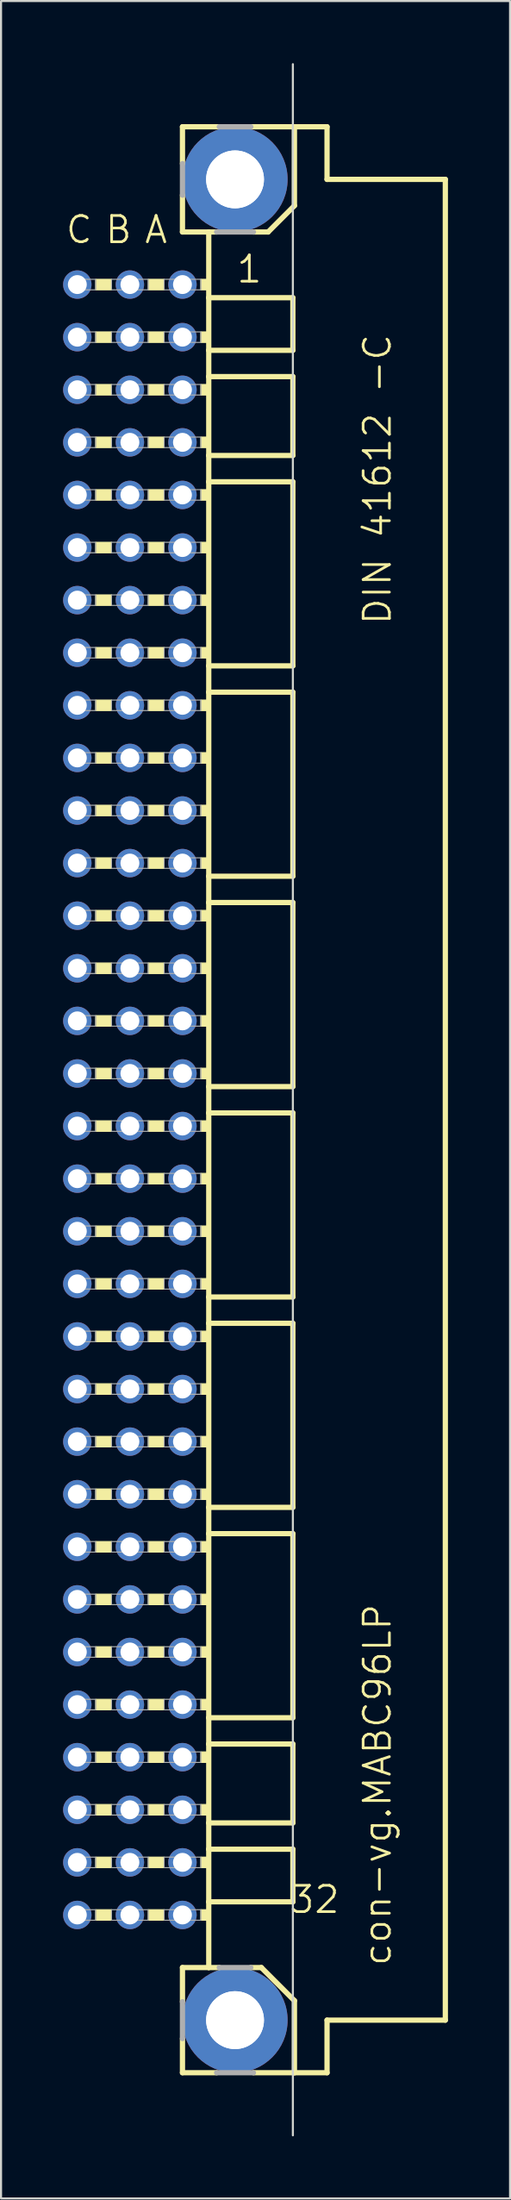
<source format=kicad_pcb>
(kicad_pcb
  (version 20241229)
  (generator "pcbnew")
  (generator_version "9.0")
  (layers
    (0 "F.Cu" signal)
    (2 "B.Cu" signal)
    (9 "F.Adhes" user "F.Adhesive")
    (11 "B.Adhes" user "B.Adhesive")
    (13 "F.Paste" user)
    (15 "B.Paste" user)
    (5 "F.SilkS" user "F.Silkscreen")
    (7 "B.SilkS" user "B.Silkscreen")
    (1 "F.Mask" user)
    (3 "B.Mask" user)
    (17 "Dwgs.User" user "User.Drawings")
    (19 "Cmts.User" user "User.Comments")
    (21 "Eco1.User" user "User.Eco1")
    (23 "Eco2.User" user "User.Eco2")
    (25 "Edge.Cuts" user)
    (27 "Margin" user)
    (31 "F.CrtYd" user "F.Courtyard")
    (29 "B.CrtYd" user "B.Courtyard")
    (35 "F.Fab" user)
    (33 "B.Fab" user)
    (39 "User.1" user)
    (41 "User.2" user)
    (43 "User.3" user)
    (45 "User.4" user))
  (footprint "con-vg.MABC96LP"
    (layer "F.Cu")
    (at 8.306 50.063)
    (property "Reference" "con-vg.MABC96LP" (at 7.62 41.91 90) (layer "F.SilkS") (effects (font (size 1.27 1.27) (thickness 0.13)) (justify left bottom)))
    (attr through_hole)
    (fp_line (start -2.54 -46.99) (end -2.54 -45.212) (stroke (width 0.254) (type default)) (layer "F.SilkS"))
    (fp_line (start -2.54 -43.688) (end -2.54 -41.91) (stroke (width 0.254) (type default)) (layer "F.SilkS"))
    (fp_line (start -2.54 -41.91) (end -1.27 -41.91) (stroke (width 0.254) (type default)) (layer "F.SilkS"))
    (fp_line (start -2.54 43.561) (end -2.54 41.91) (stroke (width 0.254) (type default)) (layer "F.SilkS"))
    (fp_line (start -2.54 46.99) (end -2.54 45.339) (stroke (width 0.254) (type default)) (layer "F.SilkS"))
    (fp_line (start -1.27 -41.91) (end -1.27 -38.735) (stroke (width 0.254) (type default)) (layer "F.SilkS"))
    (fp_line (start -1.27 -41.91) (end -0.889 -41.91) (stroke (width 0.254) (type default)) (layer "F.SilkS"))
    (fp_line (start -1.27 -38.735) (end -1.27 -36.195) (stroke (width 0.254) (type default)) (layer "F.SilkS"))
    (fp_line (start -1.27 -36.195) (end -1.27 -34.925) (stroke (width 0.254) (type default)) (layer "F.SilkS"))
    (fp_line (start -1.27 -34.925) (end -1.27 -31.115) (stroke (width 0.254) (type default)) (layer "F.SilkS"))
    (fp_line (start -1.27 -31.115) (end -1.27 -29.845) (stroke (width 0.254) (type default)) (layer "F.SilkS"))
    (fp_line (start -1.27 -29.845) (end -1.27 -20.955) (stroke (width 0.254) (type default)) (layer "F.SilkS"))
    (fp_line (start -1.27 -20.955) (end -1.27 -19.685) (stroke (width 0.254) (type default)) (layer "F.SilkS"))
    (fp_line (start -1.27 -19.685) (end -1.27 -10.795) (stroke (width 0.254) (type default)) (layer "F.SilkS"))
    (fp_line (start -1.27 -10.795) (end -1.27 -9.525) (stroke (width 0.254) (type default)) (layer "F.SilkS"))
    (fp_line (start -1.27 -9.525) (end -1.27 -0.635) (stroke (width 0.254) (type default)) (layer "F.SilkS"))
    (fp_line (start -1.27 -0.635) (end -1.27 0.635) (stroke (width 0.254) (type default)) (layer "F.SilkS"))
    (fp_line (start -1.27 0.635) (end -1.27 9.525) (stroke (width 0.254) (type default)) (layer "F.SilkS"))
    (fp_line (start -1.27 9.525) (end -1.27 10.795) (stroke (width 0.254) (type default)) (layer "F.SilkS"))
    (fp_line (start -1.27 10.795) (end -1.27 19.685) (stroke (width 0.254) (type default)) (layer "F.SilkS"))
    (fp_line (start -1.27 19.685) (end -1.27 20.955) (stroke (width 0.254) (type default)) (layer "F.SilkS"))
    (fp_line (start -1.27 20.955) (end -1.27 29.845) (stroke (width 0.254) (type default)) (layer "F.SilkS"))
    (fp_line (start -1.27 29.845) (end -1.27 31.115) (stroke (width 0.254) (type default)) (layer "F.SilkS"))
    (fp_line (start -1.27 31.115) (end -1.27 34.925) (stroke (width 0.254) (type default)) (layer "F.SilkS"))
    (fp_line (start -1.27 34.925) (end -1.27 36.195) (stroke (width 0.254) (type default)) (layer "F.SilkS"))
    (fp_line (start -1.27 36.195) (end -1.27 38.735) (stroke (width 0.254) (type default)) (layer "F.SilkS"))
    (fp_line (start -1.27 38.735) (end -1.27 41.91) (stroke (width 0.254) (type default)) (layer "F.SilkS"))
    (fp_line (start -1.27 41.91) (end -2.54 41.91) (stroke (width 0.254) (type default)) (layer "F.SilkS"))
    (fp_line (start -1.27 41.91) (end -0.762 41.91) (stroke (width 0.254) (type default)) (layer "F.SilkS"))
    (fp_line (start -0.889 46.99) (end -2.54 46.99) (stroke (width 0.254) (type default)) (layer "F.SilkS"))
    (fp_line (start -0.762 -46.99) (end -2.54 -46.99) (stroke (width 0.254) (type default)) (layer "F.SilkS"))
    (fp_line (start 0.762 41.91) (end 1.27 41.91) (stroke (width 0.254) (type default)) (layer "F.SilkS"))
    (fp_line (start 0.889 -41.91) (end 1.6 -41.91) (stroke (width 0.254) (type default)) (layer "F.SilkS"))
    (fp_line (start 1.6 -41.91) (end 2.87 -43.18) (stroke (width 0.254) (type default)) (layer "F.SilkS"))
    (fp_line (start 2.794 -38.735) (end -1.27 -38.735) (stroke (width 0.254) (type default)) (layer "F.SilkS"))
    (fp_line (start 2.794 -38.735) (end 2.794 -36.195) (stroke (width 0.254) (type default)) (layer "F.SilkS"))
    (fp_line (start 2.794 -36.195) (end -1.27 -36.195) (stroke (width 0.254) (type default)) (layer "F.SilkS"))
    (fp_line (start 2.794 -34.925) (end -1.27 -34.925) (stroke (width 0.254) (type default)) (layer "F.SilkS"))
    (fp_line (start 2.794 -34.925) (end 2.794 -31.115) (stroke (width 0.254) (type default)) (layer "F.SilkS"))
    (fp_line (start 2.794 -31.115) (end -1.27 -31.115) (stroke (width 0.254) (type default)) (layer "F.SilkS"))
    (fp_line (start 2.794 -29.845) (end -1.27 -29.845) (stroke (width 0.254) (type default)) (layer "F.SilkS"))
    (fp_line (start 2.794 -29.845) (end 2.794 -20.955) (stroke (width 0.254) (type default)) (layer "F.SilkS"))
    (fp_line (start 2.794 -20.955) (end -1.27 -20.955) (stroke (width 0.254) (type default)) (layer "F.SilkS"))
    (fp_line (start 2.794 -19.685) (end -1.27 -19.685) (stroke (width 0.254) (type default)) (layer "F.SilkS"))
    (fp_line (start 2.794 -19.685) (end 2.794 -10.795) (stroke (width 0.254) (type default)) (layer "F.SilkS"))
    (fp_line (start 2.794 -10.795) (end -1.27 -10.795) (stroke (width 0.254) (type default)) (layer "F.SilkS"))
    (fp_line (start 2.794 -9.525) (end -1.27 -9.525) (stroke (width 0.254) (type default)) (layer "F.SilkS"))
    (fp_line (start 2.794 -9.525) (end 2.794 -0.635) (stroke (width 0.254) (type default)) (layer "F.SilkS"))
    (fp_line (start 2.794 -0.635) (end -1.27 -0.635) (stroke (width 0.254) (type default)) (layer "F.SilkS"))
    (fp_line (start 2.794 0.635) (end -1.27 0.635) (stroke (width 0.254) (type default)) (layer "F.SilkS"))
    (fp_line (start 2.794 0.635) (end 2.794 9.525) (stroke (width 0.254) (type default)) (layer "F.SilkS"))
    (fp_line (start 2.794 9.525) (end -1.27 9.525) (stroke (width 0.254) (type default)) (layer "F.SilkS"))
    (fp_line (start 2.794 10.795) (end -1.27 10.795) (stroke (width 0.254) (type default)) (layer "F.SilkS"))
    (fp_line (start 2.794 10.795) (end 2.794 19.685) (stroke (width 0.254) (type default)) (layer "F.SilkS"))
    (fp_line (start 2.794 19.685) (end -1.27 19.685) (stroke (width 0.254) (type default)) (layer "F.SilkS"))
    (fp_line (start 2.794 20.955) (end -1.27 20.955) (stroke (width 0.254) (type default)) (layer "F.SilkS"))
    (fp_line (start 2.794 20.955) (end 2.794 29.845) (stroke (width 0.254) (type default)) (layer "F.SilkS"))
    (fp_line (start 2.794 29.845) (end -1.27 29.845) (stroke (width 0.254) (type default)) (layer "F.SilkS"))
    (fp_line (start 2.794 31.115) (end -1.27 31.115) (stroke (width 0.254) (type default)) (layer "F.SilkS"))
    (fp_line (start 2.794 31.115) (end 2.794 34.925) (stroke (width 0.254) (type default)) (layer "F.SilkS"))
    (fp_line (start 2.794 34.925) (end -1.27 34.925) (stroke (width 0.254) (type default)) (layer "F.SilkS"))
    (fp_line (start 2.794 36.195) (end -1.27 36.195) (stroke (width 0.254) (type default)) (layer "F.SilkS"))
    (fp_line (start 2.794 36.195) (end 2.794 38.735) (stroke (width 0.254) (type default)) (layer "F.SilkS"))
    (fp_line (start 2.794 38.735) (end -1.27 38.735) (stroke (width 0.254) (type default)) (layer "F.SilkS"))
    (fp_line (start 2.87 -46.99) (end 0.762 -46.99) (stroke (width 0.254) (type default)) (layer "F.SilkS"))
    (fp_line (start 2.87 -43.18) (end 2.87 -46.99) (stroke (width 0.254) (type default)) (layer "F.SilkS"))
    (fp_line (start 2.87 43.51) (end 1.27 41.91) (stroke (width 0.254) (type default)) (layer "F.SilkS"))
    (fp_line (start 2.87 43.51) (end 2.87 46.99) (stroke (width 0.254) (type default)) (layer "F.SilkS"))
    (fp_line (start 2.87 46.99) (end 0.889 46.99) (stroke (width 0.254) (type default)) (layer "F.SilkS"))
    (fp_line (start 2.87 46.99) (end 4.445 46.99) (stroke (width 0.254) (type default)) (layer "F.SilkS"))
    (fp_line (start 4.445 -46.99) (end 2.87 -46.99) (stroke (width 0.254) (type default)) (layer "F.SilkS"))
    (fp_line (start 4.445 -44.45) (end 4.445 -46.99) (stroke (width 0.254) (type default)) (layer "F.SilkS"))
    (fp_line (start 4.445 44.45) (end 10.16 44.45) (stroke (width 0.254) (type default)) (layer "F.SilkS"))
    (fp_line (start 4.445 46.99) (end 4.445 44.45) (stroke (width 0.254) (type default)) (layer "F.SilkS"))
    (fp_line (start 10.16 -44.45) (end 4.445 -44.45) (stroke (width 0.254) (type default)) (layer "F.SilkS"))
    (fp_line (start 10.16 44.45) (end 10.16 -44.45) (stroke (width 0.254) (type default)) (layer "F.SilkS"))
    (fp_rect (start -6.731 -39.116) (end -5.969 -39.624) (stroke (width 0.05) (type default)) (fill yes) (layer "F.SilkS"))
    (fp_rect (start -6.731 -36.576) (end -5.969 -37.084) (stroke (width 0.05) (type default)) (fill yes) (layer "F.SilkS"))
    (fp_rect (start -6.731 -34.036) (end -5.969 -34.544) (stroke (width 0.05) (type default)) (fill yes) (layer "F.SilkS"))
    (fp_rect (start -6.731 -31.496) (end -5.969 -32.004) (stroke (width 0.05) (type default)) (fill yes) (layer "F.SilkS"))
    (fp_rect (start -6.731 -28.956) (end -5.969 -29.464) (stroke (width 0.05) (type default)) (fill yes) (layer "F.SilkS"))
    (fp_rect (start -6.731 -26.416) (end -5.969 -26.924) (stroke (width 0.05) (type default)) (fill yes) (layer "F.SilkS"))
    (fp_rect (start -6.731 -23.876) (end -5.969 -24.384) (stroke (width 0.05) (type default)) (fill yes) (layer "F.SilkS"))
    (fp_rect (start -6.731 -21.336) (end -5.969 -21.844) (stroke (width 0.05) (type default)) (fill yes) (layer "F.SilkS"))
    (fp_rect (start -6.731 -18.796) (end -5.969 -19.304) (stroke (width 0.05) (type default)) (fill yes) (layer "F.SilkS"))
    (fp_rect (start -6.731 -16.256) (end -5.969 -16.764) (stroke (width 0.05) (type default)) (fill yes) (layer "F.SilkS"))
    (fp_rect (start -6.731 -13.716) (end -5.969 -14.224) (stroke (width 0.05) (type default)) (fill yes) (layer "F.SilkS"))
    (fp_rect (start -6.731 -11.176) (end -5.969 -11.684) (stroke (width 0.05) (type default)) (fill yes) (layer "F.SilkS"))
    (fp_rect (start -6.731 -8.636) (end -5.969 -9.144) (stroke (width 0.05) (type default)) (fill yes) (layer "F.SilkS"))
    (fp_rect (start -6.731 -6.096) (end -5.969 -6.604) (stroke (width 0.05) (type default)) (fill yes) (layer "F.SilkS"))
    (fp_rect (start -6.731 -3.556) (end -5.969 -4.064) (stroke (width 0.05) (type default)) (fill yes) (layer "F.SilkS"))
    (fp_rect (start -6.731 -1.016) (end -5.969 -1.524) (stroke (width 0.05) (type default)) (fill yes) (layer "F.SilkS"))
    (fp_rect (start -6.731 1.524) (end -5.969 1.016) (stroke (width 0.05) (type default)) (fill yes) (layer "F.SilkS"))
    (fp_rect (start -6.731 4.064) (end -5.969 3.556) (stroke (width 0.05) (type default)) (fill yes) (layer "F.SilkS"))
    (fp_rect (start -6.731 6.604) (end -5.969 6.096) (stroke (width 0.05) (type default)) (fill yes) (layer "F.SilkS"))
    (fp_rect (start -6.731 9.144) (end -5.969 8.636) (stroke (width 0.05) (type default)) (fill yes) (layer "F.SilkS"))
    (fp_rect (start -6.731 11.684) (end -5.969 11.176) (stroke (width 0.05) (type default)) (fill yes) (layer "F.SilkS"))
    (fp_rect (start -6.731 14.224) (end -5.969 13.716) (stroke (width 0.05) (type default)) (fill yes) (layer "F.SilkS"))
    (fp_rect (start -6.731 16.764) (end -5.969 16.256) (stroke (width 0.05) (type default)) (fill yes) (layer "F.SilkS"))
    (fp_rect (start -6.731 19.304) (end -5.969 18.796) (stroke (width 0.05) (type default)) (fill yes) (layer "F.SilkS"))
    (fp_rect (start -6.731 21.844) (end -5.969 21.336) (stroke (width 0.05) (type default)) (fill yes) (layer "F.SilkS"))
    (fp_rect (start -6.731 24.384) (end -5.969 23.876) (stroke (width 0.05) (type default)) (fill yes) (layer "F.SilkS"))
    (fp_rect (start -6.731 26.924) (end -5.969 26.416) (stroke (width 0.05) (type default)) (fill yes) (layer "F.SilkS"))
    (fp_rect (start -6.731 29.464) (end -5.969 28.956) (stroke (width 0.05) (type default)) (fill yes) (layer "F.SilkS"))
    (fp_rect (start -6.731 32.004) (end -5.969 31.496) (stroke (width 0.05) (type default)) (fill yes) (layer "F.SilkS"))
    (fp_rect (start -6.731 34.544) (end -5.969 34.036) (stroke (width 0.05) (type default)) (fill yes) (layer "F.SilkS"))
    (fp_rect (start -6.731 37.084) (end -5.969 36.576) (stroke (width 0.05) (type default)) (fill yes) (layer "F.SilkS"))
    (fp_rect (start -6.731 39.624) (end -5.969 39.116) (stroke (width 0.05) (type default)) (fill yes) (layer "F.SilkS"))
    (fp_rect (start -4.191 -39.116) (end -3.429 -39.624) (stroke (width 0.05) (type default)) (fill yes) (layer "F.SilkS"))
    (fp_rect (start -4.191 -36.576) (end -3.429 -37.084) (stroke (width 0.05) (type default)) (fill yes) (layer "F.SilkS"))
    (fp_rect (start -4.191 -34.036) (end -3.429 -34.544) (stroke (width 0.05) (type default)) (fill yes) (layer "F.SilkS"))
    (fp_rect (start -4.191 -31.496) (end -3.429 -32.004) (stroke (width 0.05) (type default)) (fill yes) (layer "F.SilkS"))
    (fp_rect (start -4.191 -28.956) (end -3.429 -29.464) (stroke (width 0.05) (type default)) (fill yes) (layer "F.SilkS"))
    (fp_rect (start -4.191 -26.416) (end -3.429 -26.924) (stroke (width 0.05) (type default)) (fill yes) (layer "F.SilkS"))
    (fp_rect (start -4.191 -23.876) (end -3.429 -24.384) (stroke (width 0.05) (type default)) (fill yes) (layer "F.SilkS"))
    (fp_rect (start -4.191 -21.336) (end -3.429 -21.844) (stroke (width 0.05) (type default)) (fill yes) (layer "F.SilkS"))
    (fp_rect (start -4.191 -18.796) (end -3.429 -19.304) (stroke (width 0.05) (type default)) (fill yes) (layer "F.SilkS"))
    (fp_rect (start -4.191 -16.256) (end -3.429 -16.764) (stroke (width 0.05) (type default)) (fill yes) (layer "F.SilkS"))
    (fp_rect (start -4.191 -13.716) (end -3.429 -14.224) (stroke (width 0.05) (type default)) (fill yes) (layer "F.SilkS"))
    (fp_rect (start -4.191 -11.176) (end -3.429 -11.684) (stroke (width 0.05) (type default)) (fill yes) (layer "F.SilkS"))
    (fp_rect (start -4.191 -8.636) (end -3.429 -9.144) (stroke (width 0.05) (type default)) (fill yes) (layer "F.SilkS"))
    (fp_rect (start -4.191 -6.096) (end -3.429 -6.604) (stroke (width 0.05) (type default)) (fill yes) (layer "F.SilkS"))
    (fp_rect (start -4.191 -3.556) (end -3.429 -4.064) (stroke (width 0.05) (type default)) (fill yes) (layer "F.SilkS"))
    (fp_rect (start -4.191 -1.016) (end -3.429 -1.524) (stroke (width 0.05) (type default)) (fill yes) (layer "F.SilkS"))
    (fp_rect (start -4.191 1.524) (end -3.429 1.016) (stroke (width 0.05) (type default)) (fill yes) (layer "F.SilkS"))
    (fp_rect (start -4.191 4.064) (end -3.429 3.556) (stroke (width 0.05) (type default)) (fill yes) (layer "F.SilkS"))
    (fp_rect (start -4.191 6.604) (end -3.429 6.096) (stroke (width 0.05) (type default)) (fill yes) (layer "F.SilkS"))
    (fp_rect (start -4.191 9.144) (end -3.429 8.636) (stroke (width 0.05) (type default)) (fill yes) (layer "F.SilkS"))
    (fp_rect (start -4.191 11.684) (end -3.429 11.176) (stroke (width 0.05) (type default)) (fill yes) (layer "F.SilkS"))
    (fp_rect (start -4.191 14.224) (end -3.429 13.716) (stroke (width 0.05) (type default)) (fill yes) (layer "F.SilkS"))
    (fp_rect (start -4.191 16.764) (end -3.429 16.256) (stroke (width 0.05) (type default)) (fill yes) (layer "F.SilkS"))
    (fp_rect (start -4.191 19.304) (end -3.429 18.796) (stroke (width 0.05) (type default)) (fill yes) (layer "F.SilkS"))
    (fp_rect (start -4.191 21.844) (end -3.429 21.336) (stroke (width 0.05) (type default)) (fill yes) (layer "F.SilkS"))
    (fp_rect (start -4.191 24.384) (end -3.429 23.876) (stroke (width 0.05) (type default)) (fill yes) (layer "F.SilkS"))
    (fp_rect (start -4.191 26.924) (end -3.429 26.416) (stroke (width 0.05) (type default)) (fill yes) (layer "F.SilkS"))
    (fp_rect (start -4.191 29.464) (end -3.429 28.956) (stroke (width 0.05) (type default)) (fill yes) (layer "F.SilkS"))
    (fp_rect (start -4.191 32.004) (end -3.429 31.496) (stroke (width 0.05) (type default)) (fill yes) (layer "F.SilkS"))
    (fp_rect (start -4.191 34.544) (end -3.429 34.036) (stroke (width 0.05) (type default)) (fill yes) (layer "F.SilkS"))
    (fp_rect (start -4.191 37.084) (end -3.429 36.576) (stroke (width 0.05) (type default)) (fill yes) (layer "F.SilkS"))
    (fp_rect (start -4.191 39.624) (end -3.429 39.116) (stroke (width 0.05) (type default)) (fill yes) (layer "F.SilkS"))
    (fp_rect (start -1.651 -39.116) (end -1.27 -39.624) (stroke (width 0.05) (type default)) (fill yes) (layer "F.SilkS"))
    (fp_rect (start -1.651 -36.576) (end -1.27 -37.084) (stroke (width 0.05) (type default)) (fill yes) (layer "F.SilkS"))
    (fp_rect (start -1.651 -34.036) (end -1.27 -34.544) (stroke (width 0.05) (type default)) (fill yes) (layer "F.SilkS"))
    (fp_rect (start -1.651 -31.496) (end -1.27 -32.004) (stroke (width 0.05) (type default)) (fill yes) (layer "F.SilkS"))
    (fp_rect (start -1.651 -28.956) (end -1.27 -29.464) (stroke (width 0.05) (type default)) (fill yes) (layer "F.SilkS"))
    (fp_rect (start -1.651 -26.416) (end -1.27 -26.924) (stroke (width 0.05) (type default)) (fill yes) (layer "F.SilkS"))
    (fp_rect (start -1.651 -23.876) (end -1.27 -24.384) (stroke (width 0.05) (type default)) (fill yes) (layer "F.SilkS"))
    (fp_rect (start -1.651 -21.336) (end -1.27 -21.844) (stroke (width 0.05) (type default)) (fill yes) (layer "F.SilkS"))
    (fp_rect (start -1.651 -18.796) (end -1.27 -19.304) (stroke (width 0.05) (type default)) (fill yes) (layer "F.SilkS"))
    (fp_rect (start -1.651 -16.256) (end -1.27 -16.764) (stroke (width 0.05) (type default)) (fill yes) (layer "F.SilkS"))
    (fp_rect (start -1.651 -13.716) (end -1.27 -14.224) (stroke (width 0.05) (type default)) (fill yes) (layer "F.SilkS"))
    (fp_rect (start -1.651 -11.176) (end -1.27 -11.684) (stroke (width 0.05) (type default)) (fill yes) (layer "F.SilkS"))
    (fp_rect (start -1.651 -8.636) (end -1.27 -9.144) (stroke (width 0.05) (type default)) (fill yes) (layer "F.SilkS"))
    (fp_rect (start -1.651 -6.096) (end -1.27 -6.604) (stroke (width 0.05) (type default)) (fill yes) (layer "F.SilkS"))
    (fp_rect (start -1.651 -3.556) (end -1.27 -4.064) (stroke (width 0.05) (type default)) (fill yes) (layer "F.SilkS"))
    (fp_rect (start -1.651 -1.016) (end -1.27 -1.524) (stroke (width 0.05) (type default)) (fill yes) (layer "F.SilkS"))
    (fp_rect (start -1.651 1.524) (end -1.27 1.016) (stroke (width 0.05) (type default)) (fill yes) (layer "F.SilkS"))
    (fp_rect (start -1.651 4.064) (end -1.27 3.556) (stroke (width 0.05) (type default)) (fill yes) (layer "F.SilkS"))
    (fp_rect (start -1.651 6.604) (end -1.27 6.096) (stroke (width 0.05) (type default)) (fill yes) (layer "F.SilkS"))
    (fp_rect (start -1.651 9.144) (end -1.27 8.636) (stroke (width 0.05) (type default)) (fill yes) (layer "F.SilkS"))
    (fp_rect (start -1.651 11.684) (end -1.27 11.176) (stroke (width 0.05) (type default)) (fill yes) (layer "F.SilkS"))
    (fp_rect (start -1.651 14.224) (end -1.27 13.716) (stroke (width 0.05) (type default)) (fill yes) (layer "F.SilkS"))
    (fp_rect (start -1.651 16.764) (end -1.27 16.256) (stroke (width 0.05) (type default)) (fill yes) (layer "F.SilkS"))
    (fp_rect (start -1.651 19.304) (end -1.27 18.796) (stroke (width 0.05) (type default)) (fill yes) (layer "F.SilkS"))
    (fp_rect (start -1.651 21.844) (end -1.27 21.336) (stroke (width 0.05) (type default)) (fill yes) (layer "F.SilkS"))
    (fp_rect (start -1.651 24.384) (end -1.27 23.876) (stroke (width 0.05) (type default)) (fill yes) (layer "F.SilkS"))
    (fp_rect (start -1.651 26.924) (end -1.27 26.416) (stroke (width 0.05) (type default)) (fill yes) (layer "F.SilkS"))
    (fp_rect (start -1.651 29.464) (end -1.27 28.956) (stroke (width 0.05) (type default)) (fill yes) (layer "F.SilkS"))
    (fp_rect (start -1.651 32.004) (end -1.27 31.496) (stroke (width 0.05) (type default)) (fill yes) (layer "F.SilkS"))
    (fp_rect (start -1.651 34.544) (end -1.27 34.036) (stroke (width 0.05) (type default)) (fill yes) (layer "F.SilkS"))
    (fp_rect (start -1.651 37.084) (end -1.27 36.576) (stroke (width 0.05) (type default)) (fill yes) (layer "F.SilkS"))
    (fp_rect (start -1.651 39.624) (end -1.27 39.116) (stroke (width 0.05) (type default)) (fill yes) (layer "F.SilkS"))
    (fp_line (start 2.794 50.013) (end 2.794 -50.013) (stroke (width 0.1) (type default)) (layer "Edge.Cuts"))
    (fp_line (start -2.54 -45.212) (end -2.54 -43.688) (stroke (width 0.254) (type default)) (layer "F.Fab"))
    (fp_line (start -2.54 45.339) (end -2.54 43.561) (stroke (width 0.254) (type default)) (layer "F.Fab"))
    (fp_line (start -0.889 -41.91) (end 0.889 -41.91) (stroke (width 0.254) (type default)) (layer "F.Fab"))
    (fp_line (start -0.762 41.91) (end 0.762 41.91) (stroke (width 0.254) (type default)) (layer "F.Fab"))
    (fp_line (start 0.762 -46.99) (end -0.762 -46.99) (stroke (width 0.254) (type default)) (layer "F.Fab"))
    (fp_line (start 0.889 46.99) (end -0.889 46.99) (stroke (width 0.254) (type default)) (layer "F.Fab"))
    (fp_rect (start -7.874 -39.116) (end -6.731 -39.624) (stroke (width 0.05) (type default)) (fill no) (layer "F.Fab"))
    (fp_rect (start -7.874 -36.576) (end -6.731 -37.084) (stroke (width 0.05) (type default)) (fill no) (layer "F.Fab"))
    (fp_rect (start -7.874 -34.036) (end -6.731 -34.544) (stroke (width 0.05) (type default)) (fill no) (layer "F.Fab"))
    (fp_rect (start -7.874 -31.496) (end -6.731 -32.004) (stroke (width 0.05) (type default)) (fill no) (layer "F.Fab"))
    (fp_rect (start -7.874 -28.956) (end -6.731 -29.464) (stroke (width 0.05) (type default)) (fill no) (layer "F.Fab"))
    (fp_rect (start -7.874 -26.416) (end -6.731 -26.924) (stroke (width 0.05) (type default)) (fill no) (layer "F.Fab"))
    (fp_rect (start -7.874 -23.876) (end -6.731 -24.384) (stroke (width 0.05) (type default)) (fill no) (layer "F.Fab"))
    (fp_rect (start -7.874 -21.336) (end -6.731 -21.844) (stroke (width 0.05) (type default)) (fill no) (layer "F.Fab"))
    (fp_rect (start -7.874 -18.796) (end -6.731 -19.304) (stroke (width 0.05) (type default)) (fill no) (layer "F.Fab"))
    (fp_rect (start -7.874 -16.256) (end -6.731 -16.764) (stroke (width 0.05) (type default)) (fill no) (layer "F.Fab"))
    (fp_rect (start -7.874 -13.716) (end -6.731 -14.224) (stroke (width 0.05) (type default)) (fill no) (layer "F.Fab"))
    (fp_rect (start -7.874 -11.176) (end -6.731 -11.684) (stroke (width 0.05) (type default)) (fill no) (layer "F.Fab"))
    (fp_rect (start -7.874 -8.636) (end -6.731 -9.144) (stroke (width 0.05) (type default)) (fill no) (layer "F.Fab"))
    (fp_rect (start -7.874 -6.096) (end -6.731 -6.604) (stroke (width 0.05) (type default)) (fill no) (layer "F.Fab"))
    (fp_rect (start -7.874 -3.556) (end -6.731 -4.064) (stroke (width 0.05) (type default)) (fill no) (layer "F.Fab"))
    (fp_rect (start -7.874 -1.016) (end -6.731 -1.524) (stroke (width 0.05) (type default)) (fill no) (layer "F.Fab"))
    (fp_rect (start -7.874 1.524) (end -6.731 1.016) (stroke (width 0.05) (type default)) (fill no) (layer "F.Fab"))
    (fp_rect (start -7.874 4.064) (end -6.731 3.556) (stroke (width 0.05) (type default)) (fill no) (layer "F.Fab"))
    (fp_rect (start -7.874 6.604) (end -6.731 6.096) (stroke (width 0.05) (type default)) (fill no) (layer "F.Fab"))
    (fp_rect (start -7.874 9.144) (end -6.731 8.636) (stroke (width 0.05) (type default)) (fill no) (layer "F.Fab"))
    (fp_rect (start -7.874 11.684) (end -6.731 11.176) (stroke (width 0.05) (type default)) (fill no) (layer "F.Fab"))
    (fp_rect (start -7.874 14.224) (end -6.731 13.716) (stroke (width 0.05) (type default)) (fill no) (layer "F.Fab"))
    (fp_rect (start -7.874 16.764) (end -6.731 16.256) (stroke (width 0.05) (type default)) (fill no) (layer "F.Fab"))
    (fp_rect (start -7.874 19.304) (end -6.731 18.796) (stroke (width 0.05) (type default)) (fill no) (layer "F.Fab"))
    (fp_rect (start -7.874 21.844) (end -6.731 21.336) (stroke (width 0.05) (type default)) (fill no) (layer "F.Fab"))
    (fp_rect (start -7.874 24.384) (end -6.731 23.876) (stroke (width 0.05) (type default)) (fill no) (layer "F.Fab"))
    (fp_rect (start -7.874 26.924) (end -6.731 26.416) (stroke (width 0.05) (type default)) (fill no) (layer "F.Fab"))
    (fp_rect (start -7.874 29.464) (end -6.731 28.956) (stroke (width 0.05) (type default)) (fill no) (layer "F.Fab"))
    (fp_rect (start -7.874 32.004) (end -6.731 31.496) (stroke (width 0.05) (type default)) (fill no) (layer "F.Fab"))
    (fp_rect (start -7.874 34.544) (end -6.731 34.036) (stroke (width 0.05) (type default)) (fill no) (layer "F.Fab"))
    (fp_rect (start -7.874 37.084) (end -6.731 36.576) (stroke (width 0.05) (type default)) (fill no) (layer "F.Fab"))
    (fp_rect (start -7.874 39.624) (end -6.731 39.116) (stroke (width 0.05) (type default)) (fill no) (layer "F.Fab"))
    (fp_rect (start -5.969 -39.116) (end -4.191 -39.624) (stroke (width 0.05) (type default)) (fill no) (layer "F.Fab"))
    (fp_rect (start -5.969 -36.576) (end -4.191 -37.084) (stroke (width 0.05) (type default)) (fill no) (layer "F.Fab"))
    (fp_rect (start -5.969 -34.036) (end -4.191 -34.544) (stroke (width 0.05) (type default)) (fill no) (layer "F.Fab"))
    (fp_rect (start -5.969 -31.496) (end -4.191 -32.004) (stroke (width 0.05) (type default)) (fill no) (layer "F.Fab"))
    (fp_rect (start -5.969 -28.956) (end -4.191 -29.464) (stroke (width 0.05) (type default)) (fill no) (layer "F.Fab"))
    (fp_rect (start -5.969 -26.416) (end -4.191 -26.924) (stroke (width 0.05) (type default)) (fill no) (layer "F.Fab"))
    (fp_rect (start -5.969 -23.876) (end -4.191 -24.384) (stroke (width 0.05) (type default)) (fill no) (layer "F.Fab"))
    (fp_rect (start -5.969 -21.336) (end -4.191 -21.844) (stroke (width 0.05) (type default)) (fill no) (layer "F.Fab"))
    (fp_rect (start -5.969 -18.796) (end -4.191 -19.304) (stroke (width 0.05) (type default)) (fill no) (layer "F.Fab"))
    (fp_rect (start -5.969 -16.256) (end -4.191 -16.764) (stroke (width 0.05) (type default)) (fill no) (layer "F.Fab"))
    (fp_rect (start -5.969 -13.716) (end -4.191 -14.224) (stroke (width 0.05) (type default)) (fill no) (layer "F.Fab"))
    (fp_rect (start -5.969 -11.176) (end -4.191 -11.684) (stroke (width 0.05) (type default)) (fill no) (layer "F.Fab"))
    (fp_rect (start -5.969 -8.636) (end -4.191 -9.144) (stroke (width 0.05) (type default)) (fill no) (layer "F.Fab"))
    (fp_rect (start -5.969 -6.096) (end -4.191 -6.604) (stroke (width 0.05) (type default)) (fill no) (layer "F.Fab"))
    (fp_rect (start -5.969 -3.556) (end -4.191 -4.064) (stroke (width 0.05) (type default)) (fill no) (layer "F.Fab"))
    (fp_rect (start -5.969 -1.016) (end -4.191 -1.524) (stroke (width 0.05) (type default)) (fill no) (layer "F.Fab"))
    (fp_rect (start -5.969 1.524) (end -4.191 1.016) (stroke (width 0.05) (type default)) (fill no) (layer "F.Fab"))
    (fp_rect (start -5.969 4.064) (end -4.191 3.556) (stroke (width 0.05) (type default)) (fill no) (layer "F.Fab"))
    (fp_rect (start -5.969 6.604) (end -4.191 6.096) (stroke (width 0.05) (type default)) (fill no) (layer "F.Fab"))
    (fp_rect (start -5.969 9.144) (end -4.191 8.636) (stroke (width 0.05) (type default)) (fill no) (layer "F.Fab"))
    (fp_rect (start -5.969 11.684) (end -4.191 11.176) (stroke (width 0.05) (type default)) (fill no) (layer "F.Fab"))
    (fp_rect (start -5.969 14.224) (end -4.191 13.716) (stroke (width 0.05) (type default)) (fill no) (layer "F.Fab"))
    (fp_rect (start -5.969 16.764) (end -4.191 16.256) (stroke (width 0.05) (type default)) (fill no) (layer "F.Fab"))
    (fp_rect (start -5.969 19.304) (end -4.191 18.796) (stroke (width 0.05) (type default)) (fill no) (layer "F.Fab"))
    (fp_rect (start -5.969 21.844) (end -4.191 21.336) (stroke (width 0.05) (type default)) (fill no) (layer "F.Fab"))
    (fp_rect (start -5.969 24.384) (end -4.191 23.876) (stroke (width 0.05) (type default)) (fill no) (layer "F.Fab"))
    (fp_rect (start -5.969 26.924) (end -4.191 26.416) (stroke (width 0.05) (type default)) (fill no) (layer "F.Fab"))
    (fp_rect (start -5.969 29.464) (end -4.191 28.956) (stroke (width 0.05) (type default)) (fill no) (layer "F.Fab"))
    (fp_rect (start -5.969 32.004) (end -4.191 31.496) (stroke (width 0.05) (type default)) (fill no) (layer "F.Fab"))
    (fp_rect (start -5.969 34.544) (end -4.191 34.036) (stroke (width 0.05) (type default)) (fill no) (layer "F.Fab"))
    (fp_rect (start -5.969 37.084) (end -4.191 36.576) (stroke (width 0.05) (type default)) (fill no) (layer "F.Fab"))
    (fp_rect (start -5.969 39.624) (end -4.191 39.116) (stroke (width 0.05) (type default)) (fill no) (layer "F.Fab"))
    (fp_rect (start -3.429 -39.116) (end -1.651 -39.624) (stroke (width 0.05) (type default)) (fill no) (layer "F.Fab"))
    (fp_rect (start -3.429 -36.576) (end -1.651 -37.084) (stroke (width 0.05) (type default)) (fill no) (layer "F.Fab"))
    (fp_rect (start -3.429 -34.036) (end -1.651 -34.544) (stroke (width 0.05) (type default)) (fill no) (layer "F.Fab"))
    (fp_rect (start -3.429 -31.496) (end -1.651 -32.004) (stroke (width 0.05) (type default)) (fill no) (layer "F.Fab"))
    (fp_rect (start -3.429 -28.956) (end -1.651 -29.464) (stroke (width 0.05) (type default)) (fill no) (layer "F.Fab"))
    (fp_rect (start -3.429 -26.416) (end -1.651 -26.924) (stroke (width 0.05) (type default)) (fill no) (layer "F.Fab"))
    (fp_rect (start -3.429 -23.876) (end -1.651 -24.384) (stroke (width 0.05) (type default)) (fill no) (layer "F.Fab"))
    (fp_rect (start -3.429 -21.336) (end -1.651 -21.844) (stroke (width 0.05) (type default)) (fill no) (layer "F.Fab"))
    (fp_rect (start -3.429 -18.796) (end -1.651 -19.304) (stroke (width 0.05) (type default)) (fill no) (layer "F.Fab"))
    (fp_rect (start -3.429 -16.256) (end -1.651 -16.764) (stroke (width 0.05) (type default)) (fill no) (layer "F.Fab"))
    (fp_rect (start -3.429 -13.716) (end -1.651 -14.224) (stroke (width 0.05) (type default)) (fill no) (layer "F.Fab"))
    (fp_rect (start -3.429 -11.176) (end -1.651 -11.684) (stroke (width 0.05) (type default)) (fill no) (layer "F.Fab"))
    (fp_rect (start -3.429 -8.636) (end -1.651 -9.144) (stroke (width 0.05) (type default)) (fill no) (layer "F.Fab"))
    (fp_rect (start -3.429 -6.096) (end -1.651 -6.604) (stroke (width 0.05) (type default)) (fill no) (layer "F.Fab"))
    (fp_rect (start -3.429 -3.556) (end -1.651 -4.064) (stroke (width 0.05) (type default)) (fill no) (layer "F.Fab"))
    (fp_rect (start -3.429 -1.016) (end -1.651 -1.524) (stroke (width 0.05) (type default)) (fill no) (layer "F.Fab"))
    (fp_rect (start -3.429 1.524) (end -1.651 1.016) (stroke (width 0.05) (type default)) (fill no) (layer "F.Fab"))
    (fp_rect (start -3.429 4.064) (end -1.651 3.556) (stroke (width 0.05) (type default)) (fill no) (layer "F.Fab"))
    (fp_rect (start -3.429 6.604) (end -1.651 6.096) (stroke (width 0.05) (type default)) (fill no) (layer "F.Fab"))
    (fp_rect (start -3.429 9.144) (end -1.651 8.636) (stroke (width 0.05) (type default)) (fill no) (layer "F.Fab"))
    (fp_rect (start -3.429 11.684) (end -1.651 11.176) (stroke (width 0.05) (type default)) (fill no) (layer "F.Fab"))
    (fp_rect (start -3.429 14.224) (end -1.651 13.716) (stroke (width 0.05) (type default)) (fill no) (layer "F.Fab"))
    (fp_rect (start -3.429 16.764) (end -1.651 16.256) (stroke (width 0.05) (type default)) (fill no) (layer "F.Fab"))
    (fp_rect (start -3.429 19.304) (end -1.651 18.796) (stroke (width 0.05) (type default)) (fill no) (layer "F.Fab"))
    (fp_rect (start -3.429 21.844) (end -1.651 21.336) (stroke (width 0.05) (type default)) (fill no) (layer "F.Fab"))
    (fp_rect (start -3.429 24.384) (end -1.651 23.876) (stroke (width 0.05) (type default)) (fill no) (layer "F.Fab"))
    (fp_rect (start -3.429 26.924) (end -1.651 26.416) (stroke (width 0.05) (type default)) (fill no) (layer "F.Fab"))
    (fp_rect (start -3.429 29.464) (end -1.651 28.956) (stroke (width 0.05) (type default)) (fill no) (layer "F.Fab"))
    (fp_rect (start -3.429 32.004) (end -1.651 31.496) (stroke (width 0.05) (type default)) (fill no) (layer "F.Fab"))
    (fp_rect (start -3.429 34.544) (end -1.651 34.036) (stroke (width 0.05) (type default)) (fill no) (layer "F.Fab"))
    (fp_rect (start -3.429 37.084) (end -1.651 36.576) (stroke (width 0.05) (type default)) (fill no) (layer "F.Fab"))
    (fp_rect (start -3.429 39.624) (end -1.651 39.116) (stroke (width 0.05) (type default)) (fill no) (layer "F.Fab"))
    (fp_circle (center 0 -44.45) (end 1.27 -44.45) (stroke (width 0.152) (type default)) (fill no) (layer "F.Fab"))
    (fp_circle (center 0 44.45) (end 1.27 44.45) (stroke (width 0.152) (type default)) (fill no) (layer "F.Fab"))
    (fp_text user "1" (at 0 -39.37 0) (layer "F.SilkS") (effects (font (size 1.27 1.27) (thickness 0.13)) (justify left bottom)))
    (fp_text user "B" (at -6.35 -41.275 0) (layer "F.SilkS") (effects (font (size 1.27 1.27) (thickness 0.13)) (justify left bottom)))
    (fp_text user "DIN 41612 -C" (at 7.62 -22.86 90) (layer "F.SilkS") (effects (font (size 1.27 1.27) (thickness 0.13)) (justify left bottom)))
    (fp_text user "A" (at -4.445 -41.275 0) (layer "F.SilkS") (effects (font (size 1.27 1.27) (thickness 0.13)) (justify left bottom)))
    (fp_text user "32" (at 2.54 39.37 180) (layer "F.SilkS") (effects (font (size 1.27 1.27) (thickness 0.13)) (justify left bottom)))
    (fp_text user "C" (at -8.255 -41.275 0) (layer "F.SilkS") (effects (font (size 1.27 1.27) (thickness 0.13)) (justify left bottom)))
    (pad "" np_thru_hole circle (at 0 -44.45) (size 2.794 2.794) (drill 2.794) (layers "*.Cu" "*.Mask"))
    (pad "" np_thru_hole circle (at 0 44.45) (size 2.794 2.794) (drill 2.794) (layers "*.Cu" "*.Mask"))
    (pad "A1" thru_hole circle (at -2.54 -39.37) (size 1.372 1.372) (drill 0.914) (layers "*.Cu" "*.Mask"))
    (pad "A2" thru_hole circle (at -2.54 -36.83) (size 1.372 1.372) (drill 0.914) (layers "*.Cu" "*.Mask"))
    (pad "A3" thru_hole circle (at -2.54 -34.29) (size 1.372 1.372) (drill 0.914) (layers "*.Cu" "*.Mask"))
    (pad "A4" thru_hole circle (at -2.54 -31.75) (size 1.372 1.372) (drill 0.914) (layers "*.Cu" "*.Mask"))
    (pad "A5" thru_hole circle (at -2.54 -29.21) (size 1.372 1.372) (drill 0.914) (layers "*.Cu" "*.Mask"))
    (pad "A6" thru_hole circle (at -2.54 -26.67) (size 1.372 1.372) (drill 0.914) (layers "*.Cu" "*.Mask"))
    (pad "A7" thru_hole circle (at -2.54 -24.13) (size 1.372 1.372) (drill 0.914) (layers "*.Cu" "*.Mask"))
    (pad "A8" thru_hole circle (at -2.54 -21.59) (size 1.372 1.372) (drill 0.914) (layers "*.Cu" "*.Mask"))
    (pad "A9" thru_hole circle (at -2.54 -19.05) (size 1.372 1.372) (drill 0.914) (layers "*.Cu" "*.Mask"))
    (pad "A10" thru_hole circle (at -2.54 -16.51) (size 1.372 1.372) (drill 0.914) (layers "*.Cu" "*.Mask"))
    (pad "A11" thru_hole circle (at -2.54 -13.97) (size 1.372 1.372) (drill 0.914) (layers "*.Cu" "*.Mask"))
    (pad "A12" thru_hole circle (at -2.54 -11.43) (size 1.372 1.372) (drill 0.914) (layers "*.Cu" "*.Mask"))
    (pad "A13" thru_hole circle (at -2.54 -8.89) (size 1.372 1.372) (drill 0.914) (layers "*.Cu" "*.Mask"))
    (pad "A14" thru_hole circle (at -2.54 -6.35) (size 1.372 1.372) (drill 0.914) (layers "*.Cu" "*.Mask"))
    (pad "A15" thru_hole circle (at -2.54 -3.81) (size 1.372 1.372) (drill 0.914) (layers "*.Cu" "*.Mask"))
    (pad "A16" thru_hole circle (at -2.54 -1.27) (size 1.372 1.372) (drill 0.914) (layers "*.Cu" "*.Mask"))
    (pad "A17" thru_hole circle (at -2.54 1.27) (size 1.372 1.372) (drill 0.914) (layers "*.Cu" "*.Mask"))
    (pad "A18" thru_hole circle (at -2.54 3.81) (size 1.372 1.372) (drill 0.914) (layers "*.Cu" "*.Mask"))
    (pad "A19" thru_hole circle (at -2.54 6.35) (size 1.372 1.372) (drill 0.914) (layers "*.Cu" "*.Mask"))
    (pad "A20" thru_hole circle (at -2.54 8.89) (size 1.372 1.372) (drill 0.914) (layers "*.Cu" "*.Mask"))
    (pad "A21" thru_hole circle (at -2.54 11.43) (size 1.372 1.372) (drill 0.914) (layers "*.Cu" "*.Mask"))
    (pad "A22" thru_hole circle (at -2.54 13.97) (size 1.372 1.372) (drill 0.914) (layers "*.Cu" "*.Mask"))
    (pad "A23" thru_hole circle (at -2.54 16.51) (size 1.372 1.372) (drill 0.914) (layers "*.Cu" "*.Mask"))
    (pad "A24" thru_hole circle (at -2.54 19.05) (size 1.372 1.372) (drill 0.914) (layers "*.Cu" "*.Mask"))
    (pad "A25" thru_hole circle (at -2.54 21.59) (size 1.372 1.372) (drill 0.914) (layers "*.Cu" "*.Mask"))
    (pad "A26" thru_hole circle (at -2.54 24.13) (size 1.372 1.372) (drill 0.914) (layers "*.Cu" "*.Mask"))
    (pad "A27" thru_hole circle (at -2.54 26.67) (size 1.372 1.372) (drill 0.914) (layers "*.Cu" "*.Mask"))
    (pad "A28" thru_hole circle (at -2.54 29.21) (size 1.372 1.372) (drill 0.914) (layers "*.Cu" "*.Mask"))
    (pad "A29" thru_hole circle (at -2.54 31.75) (size 1.372 1.372) (drill 0.914) (layers "*.Cu" "*.Mask"))
    (pad "A30" thru_hole circle (at -2.54 34.29) (size 1.372 1.372) (drill 0.914) (layers "*.Cu" "*.Mask"))
    (pad "A31" thru_hole circle (at -2.54 36.83) (size 1.372 1.372) (drill 0.914) (layers "*.Cu" "*.Mask"))
    (pad "A32" thru_hole circle (at -2.54 39.37) (size 1.372 1.372) (drill 0.914) (layers "*.Cu" "*.Mask"))
    (pad "B1" thru_hole circle (at -5.08 -39.37) (size 1.372 1.372) (drill 0.914) (layers "*.Cu" "*.Mask"))
    (pad "B2" thru_hole circle (at -5.08 -36.83) (size 1.372 1.372) (drill 0.914) (layers "*.Cu" "*.Mask"))
    (pad "B3" thru_hole circle (at -5.08 -34.29) (size 1.372 1.372) (drill 0.914) (layers "*.Cu" "*.Mask"))
    (pad "B4" thru_hole circle (at -5.08 -31.75) (size 1.372 1.372) (drill 0.914) (layers "*.Cu" "*.Mask"))
    (pad "B5" thru_hole circle (at -5.08 -29.21) (size 1.372 1.372) (drill 0.914) (layers "*.Cu" "*.Mask"))
    (pad "B6" thru_hole circle (at -5.08 -26.67) (size 1.372 1.372) (drill 0.914) (layers "*.Cu" "*.Mask"))
    (pad "B7" thru_hole circle (at -5.08 -24.13) (size 1.372 1.372) (drill 0.914) (layers "*.Cu" "*.Mask"))
    (pad "B8" thru_hole circle (at -5.08 -21.59) (size 1.372 1.372) (drill 0.914) (layers "*.Cu" "*.Mask"))
    (pad "B9" thru_hole circle (at -5.08 -19.05) (size 1.372 1.372) (drill 0.914) (layers "*.Cu" "*.Mask"))
    (pad "B10" thru_hole circle (at -5.08 -16.51) (size 1.372 1.372) (drill 0.914) (layers "*.Cu" "*.Mask"))
    (pad "B11" thru_hole circle (at -5.08 -13.97) (size 1.372 1.372) (drill 0.914) (layers "*.Cu" "*.Mask"))
    (pad "B12" thru_hole circle (at -5.08 -11.43) (size 1.372 1.372) (drill 0.914) (layers "*.Cu" "*.Mask"))
    (pad "B13" thru_hole circle (at -5.08 -8.89) (size 1.372 1.372) (drill 0.914) (layers "*.Cu" "*.Mask"))
    (pad "B14" thru_hole circle (at -5.08 -6.35) (size 1.372 1.372) (drill 0.914) (layers "*.Cu" "*.Mask"))
    (pad "B15" thru_hole circle (at -5.08 -3.81) (size 1.372 1.372) (drill 0.914) (layers "*.Cu" "*.Mask"))
    (pad "B16" thru_hole circle (at -5.08 -1.27) (size 1.372 1.372) (drill 0.914) (layers "*.Cu" "*.Mask"))
    (pad "B17" thru_hole circle (at -5.08 1.27) (size 1.372 1.372) (drill 0.914) (layers "*.Cu" "*.Mask"))
    (pad "B18" thru_hole circle (at -5.08 3.81) (size 1.372 1.372) (drill 0.914) (layers "*.Cu" "*.Mask"))
    (pad "B19" thru_hole circle (at -5.08 6.35) (size 1.372 1.372) (drill 0.914) (layers "*.Cu" "*.Mask"))
    (pad "B20" thru_hole circle (at -5.08 8.89) (size 1.372 1.372) (drill 0.914) (layers "*.Cu" "*.Mask"))
    (pad "B21" thru_hole circle (at -5.08 11.43) (size 1.372 1.372) (drill 0.914) (layers "*.Cu" "*.Mask"))
    (pad "B22" thru_hole circle (at -5.08 13.97) (size 1.372 1.372) (drill 0.914) (layers "*.Cu" "*.Mask"))
    (pad "B23" thru_hole circle (at -5.08 16.51) (size 1.372 1.372) (drill 0.914) (layers "*.Cu" "*.Mask"))
    (pad "B24" thru_hole circle (at -5.08 19.05) (size 1.372 1.372) (drill 0.914) (layers "*.Cu" "*.Mask"))
    (pad "B25" thru_hole circle (at -5.08 21.59) (size 1.372 1.372) (drill 0.914) (layers "*.Cu" "*.Mask"))
    (pad "B26" thru_hole circle (at -5.08 24.13) (size 1.372 1.372) (drill 0.914) (layers "*.Cu" "*.Mask"))
    (pad "B27" thru_hole circle (at -5.08 26.67) (size 1.372 1.372) (drill 0.914) (layers "*.Cu" "*.Mask"))
    (pad "B28" thru_hole circle (at -5.08 29.21) (size 1.372 1.372) (drill 0.914) (layers "*.Cu" "*.Mask"))
    (pad "B29" thru_hole circle (at -5.08 31.75) (size 1.372 1.372) (drill 0.914) (layers "*.Cu" "*.Mask"))
    (pad "B30" thru_hole circle (at -5.08 34.29) (size 1.372 1.372) (drill 0.914) (layers "*.Cu" "*.Mask"))
    (pad "B31" thru_hole circle (at -5.08 36.83) (size 1.372 1.372) (drill 0.914) (layers "*.Cu" "*.Mask"))
    (pad "B32" thru_hole circle (at -5.08 39.37) (size 1.372 1.372) (drill 0.914) (layers "*.Cu" "*.Mask"))
    (pad "C1" thru_hole circle (at -7.62 -39.37) (size 1.372 1.372) (drill 0.914) (layers "*.Cu" "*.Mask"))
    (pad "C2" thru_hole circle (at -7.62 -36.83) (size 1.372 1.372) (drill 0.914) (layers "*.Cu" "*.Mask"))
    (pad "C3" thru_hole circle (at -7.62 -34.29) (size 1.372 1.372) (drill 0.914) (layers "*.Cu" "*.Mask"))
    (pad "C4" thru_hole circle (at -7.62 -31.75) (size 1.372 1.372) (drill 0.914) (layers "*.Cu" "*.Mask"))
    (pad "C5" thru_hole circle (at -7.62 -29.21) (size 1.372 1.372) (drill 0.914) (layers "*.Cu" "*.Mask"))
    (pad "C6" thru_hole circle (at -7.62 -26.67) (size 1.372 1.372) (drill 0.914) (layers "*.Cu" "*.Mask"))
    (pad "C7" thru_hole circle (at -7.62 -24.13) (size 1.372 1.372) (drill 0.914) (layers "*.Cu" "*.Mask"))
    (pad "C8" thru_hole circle (at -7.62 -21.59) (size 1.372 1.372) (drill 0.914) (layers "*.Cu" "*.Mask"))
    (pad "C9" thru_hole circle (at -7.62 -19.05) (size 1.372 1.372) (drill 0.914) (layers "*.Cu" "*.Mask"))
    (pad "C10" thru_hole circle (at -7.62 -16.51) (size 1.372 1.372) (drill 0.914) (layers "*.Cu" "*.Mask"))
    (pad "C11" thru_hole circle (at -7.62 -13.97) (size 1.372 1.372) (drill 0.914) (layers "*.Cu" "*.Mask"))
    (pad "C12" thru_hole circle (at -7.62 -11.43) (size 1.372 1.372) (drill 0.914) (layers "*.Cu" "*.Mask"))
    (pad "C13" thru_hole circle (at -7.62 -8.89) (size 1.372 1.372) (drill 0.914) (layers "*.Cu" "*.Mask"))
    (pad "C14" thru_hole circle (at -7.62 -6.35) (size 1.372 1.372) (drill 0.914) (layers "*.Cu" "*.Mask"))
    (pad "C15" thru_hole circle (at -7.62 -3.81) (size 1.372 1.372) (drill 0.914) (layers "*.Cu" "*.Mask"))
    (pad "C16" thru_hole circle (at -7.62 -1.27) (size 1.372 1.372) (drill 0.914) (layers "*.Cu" "*.Mask"))
    (pad "C17" thru_hole circle (at -7.62 1.27) (size 1.372 1.372) (drill 0.914) (layers "*.Cu" "*.Mask"))
    (pad "C18" thru_hole circle (at -7.62 3.81) (size 1.372 1.372) (drill 0.914) (layers "*.Cu" "*.Mask"))
    (pad "C19" thru_hole circle (at -7.62 6.35) (size 1.372 1.372) (drill 0.914) (layers "*.Cu" "*.Mask"))
    (pad "C20" thru_hole circle (at -7.62 8.89) (size 1.372 1.372) (drill 0.914) (layers "*.Cu" "*.Mask"))
    (pad "C21" thru_hole circle (at -7.62 11.43) (size 1.372 1.372) (drill 0.914) (layers "*.Cu" "*.Mask"))
    (pad "C22" thru_hole circle (at -7.62 13.97) (size 1.372 1.372) (drill 0.914) (layers "*.Cu" "*.Mask"))
    (pad "C23" thru_hole circle (at -7.62 16.51) (size 1.372 1.372) (drill 0.914) (layers "*.Cu" "*.Mask"))
    (pad "C24" thru_hole circle (at -7.62 19.05) (size 1.372 1.372) (drill 0.914) (layers "*.Cu" "*.Mask"))
    (pad "C25" thru_hole circle (at -7.62 21.59) (size 1.372 1.372) (drill 0.914) (layers "*.Cu" "*.Mask"))
    (pad "C26" thru_hole circle (at -7.62 24.13) (size 1.372 1.372) (drill 0.914) (layers "*.Cu" "*.Mask"))
    (pad "C27" thru_hole circle (at -7.62 26.67) (size 1.372 1.372) (drill 0.914) (layers "*.Cu" "*.Mask"))
    (pad "C28" thru_hole circle (at -7.62 29.21) (size 1.372 1.372) (drill 0.914) (layers "*.Cu" "*.Mask"))
    (pad "C29" thru_hole circle (at -7.62 31.75) (size 1.372 1.372) (drill 0.914) (layers "*.Cu" "*.Mask"))
    (pad "C30" thru_hole circle (at -7.62 34.29) (size 1.372 1.372) (drill 0.914) (layers "*.Cu" "*.Mask"))
    (pad "C31" thru_hole circle (at -7.62 36.83) (size 1.372 1.372) (drill 0.914) (layers "*.Cu" "*.Mask"))
    (pad "C32" thru_hole circle (at -7.62 39.37) (size 1.372 1.372) (drill 0.914) (layers "*.Cu" "*.Mask"))
    (pad "X1" thru_hole circle (at 0 -44.45) (size 5.08 5.08) (drill 2.794) (layers "*.Cu" "*.Mask"))
    (pad "X2" thru_hole circle (at 0 44.45) (size 5.08 5.08) (drill 2.794) (layers "*.Cu" "*.Mask")))
  (gr_rect
    (start -3 -3)
    (end 21.593 103.125)
    (stroke (width 0.1) (type default))
    (fill no)
    (layer "Edge.Cuts")))
</source>
